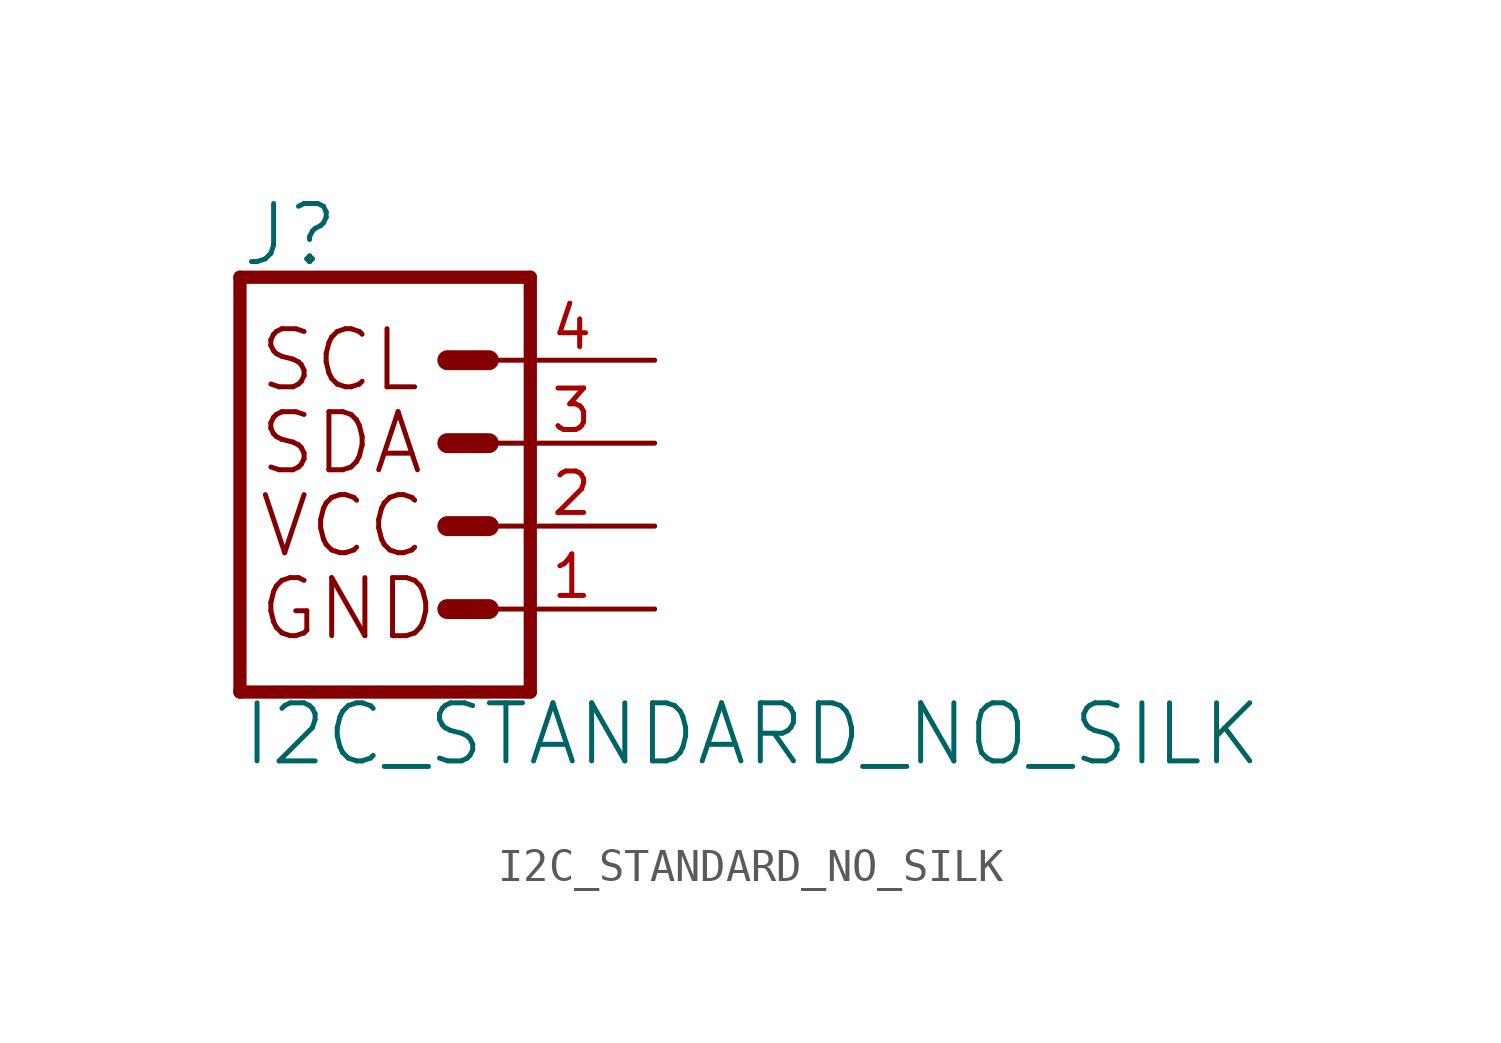
<source format=kicad_sym>
(kicad_symbol_lib
  (version 20211014)
  (generator kicad_symbol_editor)
  (symbol "I2C_STANDARD_NO_SILK"
    (property "Reference" "J"
      (at -5.08 7.874 0)
      (effects (font (size 1.778 1.778)) (justify left bottom)))
    (property "Value" "I2C_STANDARD_NO_SILK"
      (at -5.08 -5.334 0)
      (effects (font (size 1.778 1.778)) (justify left top)))
    (property "ki_locked" ""
      (at 0 0 0)
      (effects (font (size 1.27 1.27))))
    (symbol "I2C_STANDARD_NO_SILK_1_0"
      (polyline (pts (xy -5.08 7.62) (xy -5.08 -5.08)) (stroke (width 0.406) (type default) (color 0 0 0 0)) (fill (type none)))
      (polyline (pts (xy -5.08 7.62) (xy 3.81 7.62)) (stroke (width 0.406) (type default) (color 0 0 0 0)) (fill (type none)))
      (polyline (pts (xy 1.27 -2.54) (xy 2.54 -2.54)) (stroke (width 0.61) (type default) (color 0 0 0 0)) (fill (type none)))
      (polyline (pts (xy 1.27 0) (xy 2.54 0)) (stroke (width 0.61) (type default) (color 0 0 0 0)) (fill (type none)))
      (polyline (pts (xy 1.27 2.54) (xy 2.54 2.54)) (stroke (width 0.61) (type default) (color 0 0 0 0)) (fill (type none)))
      (polyline (pts (xy 1.27 5.08) (xy 2.54 5.08)) (stroke (width 0.61) (type default) (color 0 0 0 0)) (fill (type none)))
      (polyline (pts (xy 3.81 -5.08) (xy -5.08 -5.08)) (stroke (width 0.406) (type default) (color 0 0 0 0)) (fill (type none)))
      (polyline (pts (xy 3.81 -5.08) (xy 3.81 7.62)) (stroke (width 0.406) (type default) (color 0 0 0 0)) (fill (type none)))
      (text "GND" (at -4.572 -2.54 0) (effects (font (size 1.778 1.778)) (justify left)))
      (text "SCL" (at -4.572 5.08 0) (effects (font (size 1.778 1.778)) (justify left)))
      (text "SDA" (at -4.572 2.54 0) (effects (font (size 1.778 1.778)) (justify left)))
      (text "VCC" (at -4.572 0 0) (effects (font (size 1.778 1.778)) (justify left)))
      (pin power_in line (at 7.62 -2.54 180) (length 5.08) (name "1" (effects (font (size 0 0)))) (number "1" (effects (font (size 1.27 1.27)))))
      (pin power_in line (at 7.62 0 180) (length 5.08) (name "2" (effects (font (size 0 0)))) (number "2" (effects (font (size 1.27 1.27)))))
      (pin passive line (at 7.62 2.54 180) (length 5.08) (name "3" (effects (font (size 0 0)))) (number "3" (effects (font (size 1.27 1.27)))))
      (pin passive line (at 7.62 5.08 180) (length 5.08) (name "4" (effects (font (size 0 0)))) (number "4" (effects (font (size 1.27 1.27))))))))
</source>
